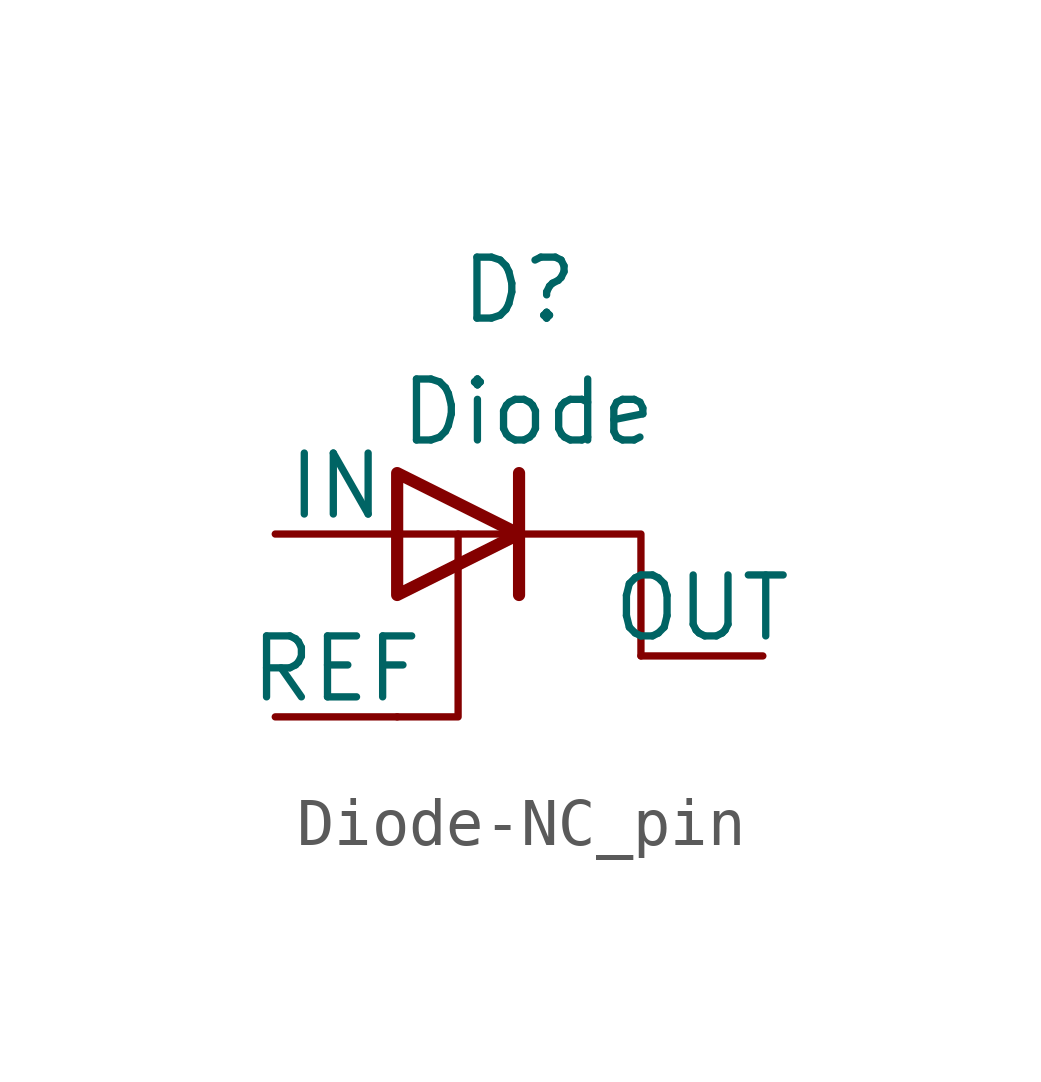
<source format=kicad_sym>
(kicad_symbol_lib
  (version 20241209)
  (generator "kicad_symbol_editor")
  (generator_version "9.0")
  (symbol "Diode-NC_pin"
    (pin_numbers
      (hide yes))
    (pin_names
      (offset 0))
    (property "Reference" "D"
      (at 0 7.62 0)
      (effects (font (size 1.27 1.27))))
    (property "Value" "Diode"
      (at -2.54 5.08 0)
      (effects (font (size 1.27 1.27)) (justify left)))
    (symbol "Diode-NC_pin_0_1"
      (polyline (pts (xy -2.54 2.54) (xy 0 2.54)) (stroke (width 0) (type default)) (fill (type none)))
      (polyline (pts (xy -2.54 1.27) (xy -2.54 3.81) (xy 0 2.54) (xy -2.54 1.27)) (stroke (width 0.254) (type default)) (fill (type none)))
      (polyline (pts (xy -2.54 -1.27) (xy -1.27 -1.27) (xy -1.27 2.54)) (stroke (width 0) (type default)) (fill (type none)))
      (polyline (pts (xy 0 1.27) (xy 0 3.81)) (stroke (width 0.254) (type default)) (fill (type none)))
      (polyline (pts (xy 2.54 0) (xy 2.54 2.54) (xy 0 2.54)) (stroke (width 0) (type default)) (fill (type none))))
    (symbol "Diode-NC_pin_1_1"
      (pin passive line (at -5.08 2.54 0) (length 2.54) (name "IN" (effects (font (size 1.27 1.27)))) (number "1" (effects (font (size 1.27 1.27)))))
      (pin passive line (at -5.08 -1.27 0) (length 2.54) (name "REF" (effects (font (size 1.27 1.27)))) (number "3" (effects (font (size 1.27 1.27)))))
      (pin passive line (at 5.08 0 180) (length 2.54) (name "OUT" (effects (font (size 1.27 1.27)))) (number "2" (effects (font (size 1.27 1.27))))))))
</source>
